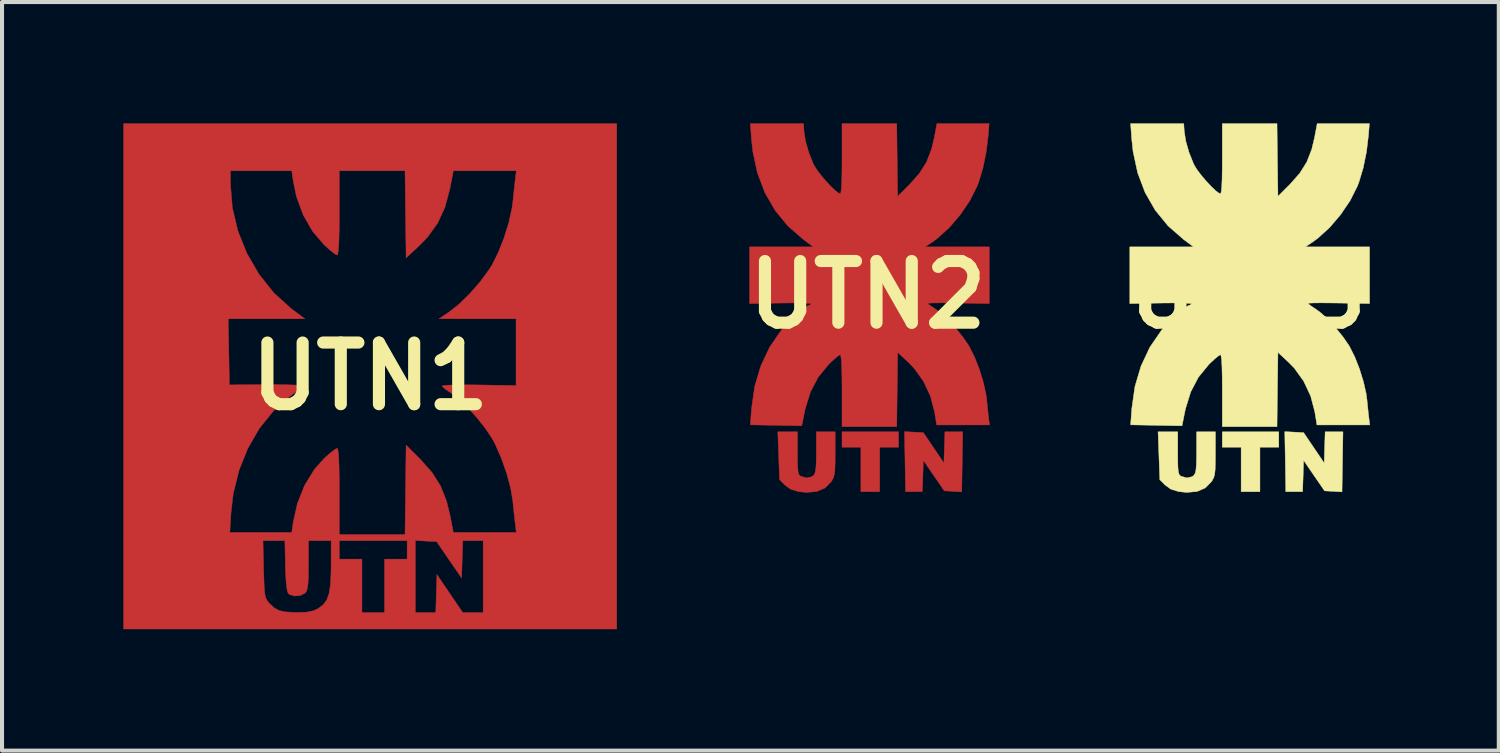
<source format=kicad_pcb>
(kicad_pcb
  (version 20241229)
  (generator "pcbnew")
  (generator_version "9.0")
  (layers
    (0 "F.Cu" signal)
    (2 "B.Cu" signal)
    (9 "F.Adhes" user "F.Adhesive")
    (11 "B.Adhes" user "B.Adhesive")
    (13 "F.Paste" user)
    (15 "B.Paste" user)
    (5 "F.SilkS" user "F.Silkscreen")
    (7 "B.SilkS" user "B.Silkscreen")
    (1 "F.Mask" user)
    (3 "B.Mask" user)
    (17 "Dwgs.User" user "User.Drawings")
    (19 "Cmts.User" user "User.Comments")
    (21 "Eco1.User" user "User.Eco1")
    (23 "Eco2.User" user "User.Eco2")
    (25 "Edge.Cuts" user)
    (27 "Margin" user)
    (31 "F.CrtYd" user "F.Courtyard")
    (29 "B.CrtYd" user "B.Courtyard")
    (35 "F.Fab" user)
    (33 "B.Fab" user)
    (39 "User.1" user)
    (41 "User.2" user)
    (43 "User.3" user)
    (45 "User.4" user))
  (footprint "UTN3"
    (layer "F.Cu")
    (at 27.803 4.238)
    (property "Reference" "UTN3" (at 0 0 0) (layer "F.SilkS") (effects (font (size 1.524 1.524) (thickness 0.3))))
    (attr through_hole)
    (fp_poly (pts (xy 0.762 3.768) (xy 0.296 3.768) (xy 0.296 4.868) (xy -0.169 4.868) (xy -0.169 3.768) (xy -0.635 3.768) (xy -0.635 3.387) (xy 0.762 3.387) (xy 0.762 3.768)) (stroke (width 0.01) (type solid)) (fill yes) (layer "F.SilkS"))
    (fp_poly (pts (xy 1.143 3.395) (xy 1.376 3.408) (xy 1.63 3.783) (xy 1.884 4.158) (xy 1.908 3.387) (xy 2.129 3.387) (xy 2.349 3.387) (xy 2.337 4.13) (xy 2.325 4.873) (xy 2.109 4.86) (xy 1.893 4.847) (xy 1.634 4.47) (xy 1.376 4.093) (xy 1.364 4.48) (xy 1.351 4.868) (xy 0.935 4.868) (xy 0.923 4.126) (xy 0.91 3.383) (xy 1.143 3.395)) (stroke (width 0.01) (type solid)) (fill yes) (layer "F.SilkS"))
    (fp_poly (pts (xy -1.979 3.387) (xy -1.736 3.387) (xy -1.736 3.914) (xy -1.735 4.136) (xy -1.73 4.288) (xy -1.719 4.385) (xy -1.701 4.442) (xy -1.672 4.475) (xy -1.654 4.486) (xy -1.509 4.527) (xy -1.38 4.497) (xy -1.337 4.463) (xy -1.307 4.416) (xy -1.287 4.336) (xy -1.276 4.208) (xy -1.271 4.018) (xy -1.27 3.892) (xy -1.27 3.387) (xy -0.804 3.387) (xy -0.804 3.931) (xy -0.806 4.159) (xy -0.811 4.321) (xy -0.823 4.433) (xy -0.844 4.514) (xy -0.877 4.58) (xy -0.901 4.619) (xy -1.054 4.774) (xy -1.257 4.863) (xy -1.513 4.886) (xy -1.711 4.866) (xy -1.907 4.806) (xy -2.05 4.701) (xy -2.18 4.571) (xy -2.201 3.979) (xy -2.223 3.387) (xy -1.979 3.387)) (stroke (width 0.01) (type solid)) (fill yes) (layer "F.SilkS"))
    (fp_poly (pts (xy 0.729 -3.334) (xy 0.741 -2.434) (xy 1.038 -2.731) (xy 1.279 -3.003) (xy 1.454 -3.282) (xy 1.576 -3.594) (xy 1.645 -3.884) (xy 1.711 -4.233) (xy 3.002 -4.233) (xy 2.98 -3.948) (xy 2.93 -3.533) (xy 2.849 -3.136) (xy 2.743 -2.783) (xy 2.703 -2.68) (xy 2.524 -2.325) (xy 2.289 -1.979) (xy 2.018 -1.662) (xy 1.727 -1.398) (xy 1.588 -1.297) (xy 1.42 -1.185) (xy 3.006 -1.185) (xy 3.006 0.217) (xy 2.244 0.204) (xy 2 0.201) (xy 1.789 0.2) (xy 1.624 0.202) (xy 1.517 0.206) (xy 1.483 0.212) (xy 1.516 0.244) (xy 1.6 0.303) (xy 1.657 0.339) (xy 1.814 0.456) (xy 1.994 0.627) (xy 2.18 0.83) (xy 2.353 1.045) (xy 2.495 1.251) (xy 2.509 1.275) (xy 2.637 1.528) (xy 2.756 1.828) (xy 2.854 2.143) (xy 2.921 2.44) (xy 2.941 2.584) (xy 2.959 2.762) (xy 2.977 2.938) (xy 2.989 3.037) (xy 3.011 3.217) (xy 1.705 3.217) (xy 1.653 2.898) (xy 1.55 2.504) (xy 1.377 2.135) (xy 1.142 1.809) (xy 1.005 1.669) (xy 0.741 1.424) (xy 0.729 2.342) (xy 0.718 3.26) (xy -0.635 3.26) (xy -0.635 2.371) (xy -0.637 2.034) (xy -0.643 1.779) (xy -0.652 1.604) (xy -0.666 1.506) (xy -0.681 1.482) (xy -0.73 1.51) (xy -0.821 1.585) (xy -0.936 1.692) (xy -0.969 1.725) (xy -1.224 2.037) (xy -1.415 2.4) (xy -1.545 2.821) (xy -1.558 2.881) (xy -1.63 3.239) (xy -2.265 3.227) (xy -2.901 3.215) (xy -2.871 2.804) (xy -2.794 2.266) (xy -2.644 1.761) (xy -2.425 1.296) (xy -2.139 0.879) (xy -2.129 0.866) (xy -2.003 0.725) (xy -1.861 0.581) (xy -1.717 0.449) (xy -1.586 0.342) (xy -1.485 0.272) (xy -1.436 0.254) (xy -1.398 0.228) (xy -1.397 0.222) (xy -1.437 0.213) (xy -1.548 0.206) (xy -1.718 0.202) (xy -1.932 0.202) (xy -2.159 0.204) (xy -2.921 0.218) (xy -2.921 -1.185) (xy -1.345 -1.185) (xy -1.593 -1.369) (xy -1.975 -1.703) (xy -2.292 -2.09) (xy -2.543 -2.528) (xy -2.727 -3.014) (xy -2.841 -3.545) (xy -2.873 -3.842) (xy -2.902 -4.233) (xy -1.587 -4.233) (xy -1.576 -4.053) (xy -1.538 -3.802) (xy -1.458 -3.522) (xy -1.35 -3.252) (xy -1.325 -3.2) (xy -1.255 -3.087) (xy -1.152 -2.952) (xy -1.032 -2.81) (xy -0.908 -2.678) (xy -0.797 -2.572) (xy -0.712 -2.509) (xy -0.681 -2.498) (xy -0.663 -2.535) (xy -0.65 -2.647) (xy -0.641 -2.837) (xy -0.636 -3.107) (xy -0.635 -3.365) (xy -0.635 -4.233) (xy 0.718 -4.233) (xy 0.729 -3.334)) (stroke (width 0.01) (type solid)) (fill yes) (layer "F.SilkS")))
  (footprint "UTN1"
    (layer "F.Cu")
    (at 6.101 6.253)
    (property "Reference" "UTN1" (at 0 0 0) (layer "F.SilkS") (effects (font (size 1.524 1.524) (thickness 0.3))))
    (attr through_hole)
    (fp_poly (pts (xy 6.096 6.248) (xy -6.096 6.248) (xy -6.096 4.064) (xy -2.649 4.064) (xy -2.633 4.771) (xy -2.625 5.054) (xy -2.616 5.254) (xy -2.601 5.391) (xy -2.579 5.483) (xy -2.545 5.549) (xy -2.496 5.608) (xy -2.489 5.615) (xy -2.375 5.722) (xy -2.255 5.789) (xy -2.101 5.824) (xy -1.884 5.837) (xy -1.803 5.839) (xy -1.573 5.831) (xy -1.409 5.799) (xy -1.28 5.739) (xy -1.159 5.646) (xy -1.072 5.527) (xy -1.014 5.364) (xy -0.981 5.142) (xy -0.967 4.843) (xy -0.965 4.675) (xy -0.965 4.064) (xy -0.762 4.064) (xy -0.762 4.521) (xy -0.203 4.521) (xy -0.203 5.842) (xy 0.356 5.842) (xy 1.118 5.842) (xy 1.622 5.842) (xy 1.636 5.372) (xy 1.651 4.902) (xy 2.289 5.842) (xy 2.794 5.842) (xy 2.794 4.064) (xy 2.29 4.064) (xy 2.261 4.986) (xy 1.645 4.089) (xy 1.118 4.059) (xy 1.118 5.842) (xy 0.356 5.842) (xy 0.356 4.521) (xy 0.914 4.521) (xy 0.914 4.064) (xy -0.762 4.064) (xy -0.965 4.064) (xy -1.524 4.064) (xy -1.524 4.67) (xy -1.527 4.943) (xy -1.536 5.133) (xy -1.555 5.256) (xy -1.584 5.331) (xy -1.604 5.356) (xy -1.721 5.418) (xy -1.867 5.432) (xy -1.993 5.395) (xy -2.027 5.366) (xy -2.053 5.284) (xy -2.075 5.117) (xy -2.09 4.881) (xy -2.096 4.68) (xy -2.108 4.064) (xy -2.649 4.064) (xy -6.096 4.064) (xy -6.096 -1.422) (xy -3.508 -1.422) (xy -3.494 -0.605) (xy -3.48 0.212) (xy -2.578 0.206) (xy -2.288 0.206) (xy -2.038 0.21) (xy -1.842 0.217) (xy -1.718 0.228) (xy -1.68 0.239) (xy -1.72 0.286) (xy -1.822 0.375) (xy -1.967 0.486) (xy -1.996 0.508) (xy -2.394 0.86) (xy -2.739 1.288) (xy -3.023 1.779) (xy -3.24 2.318) (xy -3.383 2.892) (xy -3.439 3.365) (xy -3.469 3.861) (xy -1.937 3.861) (xy -1.904 3.619) (xy -1.798 3.142) (xy -1.62 2.696) (xy -1.378 2.302) (xy -1.14 2.033) (xy -1.001 1.909) (xy -0.887 1.818) (xy -0.819 1.778) (xy -0.816 1.778) (xy -0.795 1.826) (xy -0.779 1.972) (xy -0.769 2.216) (xy -0.763 2.56) (xy -0.762 2.845) (xy -0.762 3.912) (xy 0.862 3.912) (xy 0.889 1.702) (xy 1.246 2.057) (xy 1.533 2.382) (xy 1.742 2.715) (xy 1.89 3.087) (xy 1.976 3.441) (xy 2.057 3.86) (xy 2.835 3.861) (xy 3.613 3.861) (xy 3.587 3.645) (xy 3.567 3.473) (xy 3.544 3.257) (xy 3.529 3.1) (xy 3.475 2.774) (xy 3.376 2.403) (xy 3.245 2.028) (xy 3.096 1.688) (xy 3.011 1.53) (xy 2.847 1.285) (xy 2.643 1.027) (xy 2.42 0.78) (xy 2.201 0.569) (xy 2.009 0.419) (xy 1.989 0.406) (xy 1.867 0.324) (xy 1.791 0.259) (xy 1.779 0.239) (xy 1.827 0.227) (xy 1.96 0.218) (xy 2.163 0.213) (xy 2.42 0.211) (xy 2.692 0.214) (xy 3.607 0.229) (xy 3.607 -0.597) (xy 3.607 -1.422) (xy 1.703 -1.422) (xy 1.961 -1.596) (xy 2.207 -1.791) (xy 2.47 -2.05) (xy 2.724 -2.342) (xy 2.942 -2.639) (xy 3.011 -2.75) (xy 3.164 -3.053) (xy 3.307 -3.413) (xy 3.425 -3.791) (xy 3.505 -4.147) (xy 3.529 -4.319) (xy 3.55 -4.534) (xy 3.573 -4.744) (xy 3.587 -4.864) (xy 3.613 -5.08) (xy 2.835 -5.08) (xy 2.057 -5.08) (xy 1.972 -4.64) (xy 1.849 -4.178) (xy 1.668 -3.785) (xy 1.416 -3.437) (xy 1.223 -3.239) (xy 0.889 -2.926) (xy 0.875 -4.003) (xy 0.862 -5.08) (xy -0.762 -5.08) (xy -0.762 -4.039) (xy -0.765 -3.633) (xy -0.772 -3.328) (xy -0.785 -3.122) (xy -0.803 -3.015) (xy -0.816 -2.997) (xy -0.877 -3.03) (xy -0.987 -3.116) (xy -1.124 -3.238) (xy -1.14 -3.253) (xy -1.425 -3.587) (xy -1.657 -3.992) (xy -1.823 -4.445) (xy -1.904 -4.839) (xy -1.937 -5.08) (xy -3.454 -5.08) (xy -3.454 -4.748) (xy -3.406 -4.163) (xy -3.267 -3.586) (xy -3.045 -3.034) (xy -2.747 -2.521) (xy -2.381 -2.062) (xy -1.955 -1.675) (xy -1.912 -1.643) (xy -1.614 -1.422) (xy -3.508 -1.422) (xy -6.096 -1.422) (xy -6.096 -6.248) (xy 6.096 -6.248) (xy 6.096 6.248)) (stroke (width 0.01) (type solid)) (fill yes) (layer "F.Cu")))
  (footprint "UTN2"
    (layer "F.Cu")
    (at 18.402 4.238)
    (property "Reference" "UTN2" (at 0 0 0) (layer "F.SilkS") (effects (font (size 1.524 1.524) (thickness 0.3))))
    (attr through_hole)
    (fp_poly (pts (xy 0.762 3.768) (xy 0.296 3.768) (xy 0.296 4.868) (xy -0.169 4.868) (xy -0.169 3.768) (xy -0.635 3.768) (xy -0.635 3.387) (xy 0.762 3.387) (xy 0.762 3.768)) (stroke (width 0.01) (type solid)) (fill yes) (layer "F.Cu"))
    (fp_poly (pts (xy 1.143 3.395) (xy 1.376 3.408) (xy 1.63 3.783) (xy 1.884 4.158) (xy 1.908 3.387) (xy 2.129 3.387) (xy 2.349 3.387) (xy 2.337 4.13) (xy 2.325 4.873) (xy 2.109 4.86) (xy 1.893 4.847) (xy 1.634 4.47) (xy 1.376 4.093) (xy 1.364 4.48) (xy 1.351 4.868) (xy 0.935 4.868) (xy 0.923 4.126) (xy 0.91 3.383) (xy 1.143 3.395)) (stroke (width 0.01) (type solid)) (fill yes) (layer "F.Cu"))
    (fp_poly (pts (xy -1.979 3.387) (xy -1.736 3.387) (xy -1.736 3.914) (xy -1.735 4.136) (xy -1.73 4.288) (xy -1.719 4.385) (xy -1.701 4.442) (xy -1.672 4.475) (xy -1.654 4.486) (xy -1.509 4.527) (xy -1.38 4.497) (xy -1.337 4.463) (xy -1.307 4.416) (xy -1.287 4.336) (xy -1.276 4.208) (xy -1.271 4.018) (xy -1.27 3.892) (xy -1.27 3.387) (xy -0.804 3.387) (xy -0.804 3.931) (xy -0.806 4.159) (xy -0.811 4.321) (xy -0.823 4.433) (xy -0.844 4.514) (xy -0.877 4.58) (xy -0.901 4.619) (xy -1.054 4.774) (xy -1.257 4.863) (xy -1.513 4.886) (xy -1.711 4.866) (xy -1.907 4.806) (xy -2.05 4.701) (xy -2.18 4.571) (xy -2.201 3.979) (xy -2.223 3.387) (xy -1.979 3.387)) (stroke (width 0.01) (type solid)) (fill yes) (layer "F.Cu"))
    (fp_poly (pts (xy 0.729 -3.334) (xy 0.741 -2.434) (xy 1.038 -2.731) (xy 1.279 -3.003) (xy 1.454 -3.282) (xy 1.576 -3.594) (xy 1.645 -3.884) (xy 1.711 -4.233) (xy 3.002 -4.233) (xy 2.98 -3.948) (xy 2.93 -3.533) (xy 2.849 -3.136) (xy 2.743 -2.783) (xy 2.703 -2.68) (xy 2.524 -2.325) (xy 2.289 -1.979) (xy 2.018 -1.662) (xy 1.727 -1.398) (xy 1.588 -1.297) (xy 1.42 -1.185) (xy 3.006 -1.185) (xy 3.006 0.217) (xy 2.244 0.204) (xy 2 0.201) (xy 1.789 0.2) (xy 1.624 0.202) (xy 1.517 0.206) (xy 1.483 0.212) (xy 1.516 0.244) (xy 1.6 0.303) (xy 1.657 0.339) (xy 1.814 0.456) (xy 1.994 0.627) (xy 2.18 0.83) (xy 2.353 1.045) (xy 2.495 1.251) (xy 2.509 1.275) (xy 2.637 1.528) (xy 2.756 1.828) (xy 2.854 2.143) (xy 2.921 2.44) (xy 2.941 2.584) (xy 2.959 2.762) (xy 2.977 2.938) (xy 2.989 3.037) (xy 3.011 3.217) (xy 1.705 3.217) (xy 1.653 2.898) (xy 1.55 2.504) (xy 1.377 2.135) (xy 1.142 1.809) (xy 1.005 1.669) (xy 0.741 1.424) (xy 0.729 2.342) (xy 0.718 3.26) (xy -0.635 3.26) (xy -0.635 2.371) (xy -0.637 2.034) (xy -0.643 1.779) (xy -0.652 1.604) (xy -0.666 1.506) (xy -0.681 1.482) (xy -0.73 1.51) (xy -0.821 1.585) (xy -0.936 1.692) (xy -0.969 1.725) (xy -1.224 2.037) (xy -1.415 2.4) (xy -1.545 2.821) (xy -1.558 2.881) (xy -1.63 3.239) (xy -2.265 3.227) (xy -2.901 3.215) (xy -2.871 2.804) (xy -2.794 2.266) (xy -2.644 1.761) (xy -2.425 1.296) (xy -2.139 0.879) (xy -2.129 0.866) (xy -2.003 0.725) (xy -1.861 0.581) (xy -1.717 0.449) (xy -1.586 0.342) (xy -1.485 0.272) (xy -1.436 0.254) (xy -1.398 0.228) (xy -1.397 0.222) (xy -1.437 0.213) (xy -1.548 0.206) (xy -1.718 0.202) (xy -1.932 0.202) (xy -2.159 0.204) (xy -2.921 0.218) (xy -2.921 -1.185) (xy -1.345 -1.185) (xy -1.593 -1.369) (xy -1.975 -1.703) (xy -2.292 -2.09) (xy -2.543 -2.528) (xy -2.727 -3.014) (xy -2.841 -3.545) (xy -2.873 -3.842) (xy -2.902 -4.233) (xy -1.587 -4.233) (xy -1.576 -4.053) (xy -1.538 -3.802) (xy -1.458 -3.522) (xy -1.35 -3.252) (xy -1.325 -3.2) (xy -1.255 -3.087) (xy -1.152 -2.952) (xy -1.032 -2.81) (xy -0.908 -2.678) (xy -0.797 -2.572) (xy -0.712 -2.509) (xy -0.681 -2.498) (xy -0.663 -2.535) (xy -0.65 -2.647) (xy -0.641 -2.837) (xy -0.636 -3.107) (xy -0.635 -3.365) (xy -0.635 -4.233) (xy 0.718 -4.233) (xy 0.729 -3.334)) (stroke (width 0.01) (type solid)) (fill yes) (layer "F.Cu")))
  (gr_rect
    (start -3 -3)
    (end 34.004 15.507)
    (stroke (width 0.1) (type default))
    (fill no)
    (layer "Edge.Cuts")))
</source>
